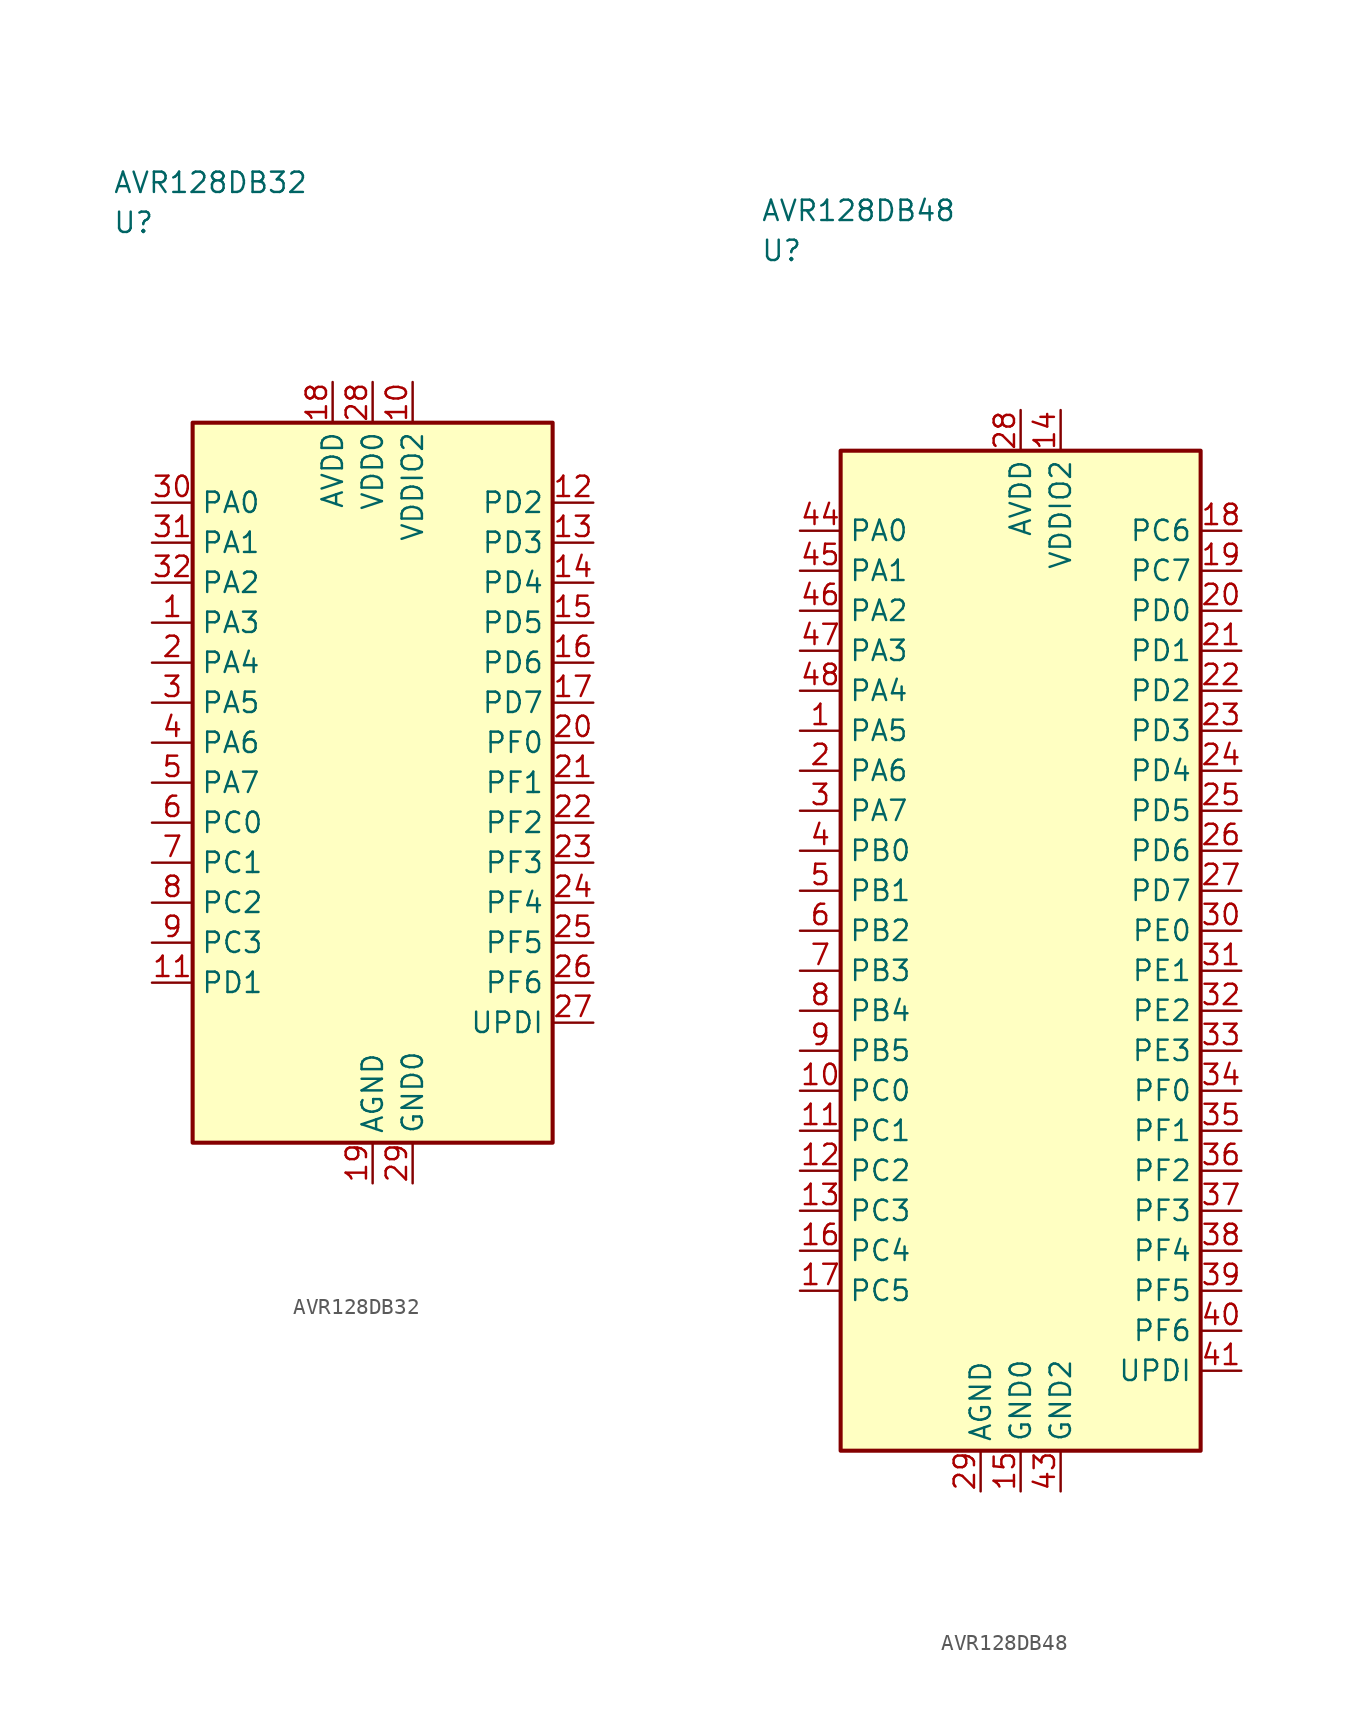
<source format=kicad_sym>
(kicad_symbol_lib
  (version 20241025)
  (generator "kicad_symbol_editor")
  (generator_version "8.0")
  (symbol "AVR128DB32"
    (property "Reference" "U"
      (at -16.25 35.0 0)
      (effects (font (size 1.27 1.27)) (justify left)))
    (property "Value" "AVR128DB32"
      (at -16.25 37.5 0)
      (effects (font (size 1.27 1.27)) (justify left)))
    (symbol "AVR128DB32_0_1"
      (rectangle (start -11.25 22.5) (end 11.25 -22.5) (stroke (width 0.254) (type default)) (fill (type background))))
    (symbol "AVR128DB32_1_1"
      (pin bidirectional line (at -13.79 10.0 0.0) (length 2.54) (name "PA3" (effects (font (size 1.27 1.27)))) (number "1" (effects (font (size 1.27 1.27)))))
      (pin bidirectional line (at -13.79 7.5 0.0) (length 2.54) (name "PA4" (effects (font (size 1.27 1.27)))) (number "2" (effects (font (size 1.27 1.27)))))
      (pin bidirectional line (at -13.79 5.0 0.0) (length 2.54) (name "PA5" (effects (font (size 1.27 1.27)))) (number "3" (effects (font (size 1.27 1.27)))))
      (pin bidirectional line (at -13.79 2.5 0.0) (length 2.54) (name "PA6" (effects (font (size 1.27 1.27)))) (number "4" (effects (font (size 1.27 1.27)))))
      (pin bidirectional line (at -13.79 0.0 0.0) (length 2.54) (name "PA7" (effects (font (size 1.27 1.27)))) (number "5" (effects (font (size 1.27 1.27)))))
      (pin bidirectional line (at -13.79 -2.5 0.0) (length 2.54) (name "PC0" (effects (font (size 1.27 1.27)))) (number "6" (effects (font (size 1.27 1.27)))))
      (pin bidirectional line (at -13.79 -5.0 0.0) (length 2.54) (name "PC1" (effects (font (size 1.27 1.27)))) (number "7" (effects (font (size 1.27 1.27)))))
      (pin bidirectional line (at -13.79 -7.5 0.0) (length 2.54) (name "PC2" (effects (font (size 1.27 1.27)))) (number "8" (effects (font (size 1.27 1.27)))))
      (pin bidirectional line (at -13.79 -10.0 0.0) (length 2.54) (name "PC3" (effects (font (size 1.27 1.27)))) (number "9" (effects (font (size 1.27 1.27)))))
      (pin power_in line (at 2.5 25.04 270.0) (length 2.54) (name "VDDIO2" (effects (font (size 1.27 1.27)))) (number "10" (effects (font (size 1.27 1.27)))))
      (pin bidirectional line (at -13.79 -12.5 0.0) (length 2.54) (name "PD1" (effects (font (size 1.27 1.27)))) (number "11" (effects (font (size 1.27 1.27)))))
      (pin bidirectional line (at 13.79 17.5 180.0) (length 2.54) (name "PD2" (effects (font (size 1.27 1.27)))) (number "12" (effects (font (size 1.27 1.27)))))
      (pin bidirectional line (at 13.79 15.0 180.0) (length 2.54) (name "PD3" (effects (font (size 1.27 1.27)))) (number "13" (effects (font (size 1.27 1.27)))))
      (pin bidirectional line (at 13.79 12.5 180.0) (length 2.54) (name "PD4" (effects (font (size 1.27 1.27)))) (number "14" (effects (font (size 1.27 1.27)))))
      (pin bidirectional line (at 13.79 10.0 180.0) (length 2.54) (name "PD5" (effects (font (size 1.27 1.27)))) (number "15" (effects (font (size 1.27 1.27)))))
      (pin bidirectional line (at 13.79 7.5 180.0) (length 2.54) (name "PD6" (effects (font (size 1.27 1.27)))) (number "16" (effects (font (size 1.27 1.27)))))
      (pin bidirectional line (at 13.79 5.0 180.0) (length 2.54) (name "PD7" (effects (font (size 1.27 1.27)))) (number "17" (effects (font (size 1.27 1.27)))))
      (pin power_in line (at -2.5 25.04 270.0) (length 2.54) (name "AVDD" (effects (font (size 1.27 1.27)))) (number "18" (effects (font (size 1.27 1.27)))))
      (pin passive line (at 0.0 -25.04 90.0) (length 2.54) (name "AGND" (effects (font (size 1.27 1.27)))) (number "19" (effects (font (size 1.27 1.27)))))
      (pin bidirectional line (at 13.79 2.5 180.0) (length 2.54) (name "PF0" (effects (font (size 1.27 1.27)))) (number "20" (effects (font (size 1.27 1.27)))))
      (pin bidirectional line (at 13.79 0.0 180.0) (length 2.54) (name "PF1" (effects (font (size 1.27 1.27)))) (number "21" (effects (font (size 1.27 1.27)))))
      (pin bidirectional line (at 13.79 -2.5 180.0) (length 2.54) (name "PF2" (effects (font (size 1.27 1.27)))) (number "22" (effects (font (size 1.27 1.27)))))
      (pin bidirectional line (at 13.79 -5.0 180.0) (length 2.54) (name "PF3" (effects (font (size 1.27 1.27)))) (number "23" (effects (font (size 1.27 1.27)))))
      (pin bidirectional line (at 13.79 -7.5 180.0) (length 2.54) (name "PF4" (effects (font (size 1.27 1.27)))) (number "24" (effects (font (size 1.27 1.27)))))
      (pin bidirectional line (at 13.79 -10.0 180.0) (length 2.54) (name "PF5" (effects (font (size 1.27 1.27)))) (number "25" (effects (font (size 1.27 1.27)))))
      (pin bidirectional line (at 13.79 -12.5 180.0) (length 2.54) (name "PF6" (effects (font (size 1.27 1.27)))) (number "26" (effects (font (size 1.27 1.27)))))
      (pin bidirectional line (at 13.79 -15.0 180.0) (length 2.54) (name "UPDI" (effects (font (size 1.27 1.27)))) (number "27" (effects (font (size 1.27 1.27)))))
      (pin power_in line (at 0.0 25.04 270.0) (length 2.54) (name "VDD0" (effects (font (size 1.27 1.27)))) (number "28" (effects (font (size 1.27 1.27)))))
      (pin passive line (at 2.5 -25.04 90.0) (length 2.54) (name "GND0" (effects (font (size 1.27 1.27)))) (number "29" (effects (font (size 1.27 1.27)))))
      (pin bidirectional line (at -13.79 17.5 0.0) (length 2.54) (name "PA0" (effects (font (size 1.27 1.27)))) (number "30" (effects (font (size 1.27 1.27)))))
      (pin bidirectional line (at -13.79 15.0 0.0) (length 2.54) (name "PA1" (effects (font (size 1.27 1.27)))) (number "31" (effects (font (size 1.27 1.27)))))
      (pin bidirectional line (at -13.79 12.5 0.0) (length 2.54) (name "PA2" (effects (font (size 1.27 1.27)))) (number "32" (effects (font (size 1.27 1.27)))))))
  (symbol "AVR128DB48"
    (property "Reference" "U"
      (at -16.25 43.75 0)
      (effects (font (size 1.27 1.27)) (justify left)))
    (property "Value" "AVR128DB48"
      (at -16.25 46.25 0)
      (effects (font (size 1.27 1.27)) (justify left)))
    (symbol "AVR128DB48_0_1"
      (rectangle (start -11.25 31.25) (end 11.25 -31.25) (stroke (width 0.254) (type default)) (fill (type background))))
    (symbol "AVR128DB48_1_1"
      (pin bidirectional line (at -13.79 13.75 0.0) (length 2.54) (name "PA5" (effects (font (size 1.27 1.27)))) (number "1" (effects (font (size 1.27 1.27)))))
      (pin bidirectional line (at -13.79 11.25 0.0) (length 2.54) (name "PA6" (effects (font (size 1.27 1.27)))) (number "2" (effects (font (size 1.27 1.27)))))
      (pin bidirectional line (at -13.79 8.75 0.0) (length 2.54) (name "PA7" (effects (font (size 1.27 1.27)))) (number "3" (effects (font (size 1.27 1.27)))))
      (pin bidirectional line (at -13.79 6.25 0.0) (length 2.54) (name "PB0" (effects (font (size 1.27 1.27)))) (number "4" (effects (font (size 1.27 1.27)))))
      (pin bidirectional line (at -13.79 3.75 0.0) (length 2.54) (name "PB1" (effects (font (size 1.27 1.27)))) (number "5" (effects (font (size 1.27 1.27)))))
      (pin bidirectional line (at -13.79 1.25 0.0) (length 2.54) (name "PB2" (effects (font (size 1.27 1.27)))) (number "6" (effects (font (size 1.27 1.27)))))
      (pin bidirectional line (at -13.79 -1.25 0.0) (length 2.54) (name "PB3" (effects (font (size 1.27 1.27)))) (number "7" (effects (font (size 1.27 1.27)))))
      (pin bidirectional line (at -13.79 -3.75 0.0) (length 2.54) (name "PB4" (effects (font (size 1.27 1.27)))) (number "8" (effects (font (size 1.27 1.27)))))
      (pin bidirectional line (at -13.79 -6.25 0.0) (length 2.54) (name "PB5" (effects (font (size 1.27 1.27)))) (number "9" (effects (font (size 1.27 1.27)))))
      (pin bidirectional line (at -13.79 -8.75 0.0) (length 2.54) (name "PC0" (effects (font (size 1.27 1.27)))) (number "10" (effects (font (size 1.27 1.27)))))
      (pin bidirectional line (at -13.79 -11.25 0.0) (length 2.54) (name "PC1" (effects (font (size 1.27 1.27)))) (number "11" (effects (font (size 1.27 1.27)))))
      (pin bidirectional line (at -13.79 -13.75 0.0) (length 2.54) (name "PC2" (effects (font (size 1.27 1.27)))) (number "12" (effects (font (size 1.27 1.27)))))
      (pin bidirectional line (at -13.79 -16.25 0.0) (length 2.54) (name "PC3" (effects (font (size 1.27 1.27)))) (number "13" (effects (font (size 1.27 1.27)))))
      (pin power_in line (at 2.5 33.79 270.0) (length 2.54) (name "VDDIO2" (effects (font (size 1.27 1.27)))) (number "14" (effects (font (size 1.27 1.27)))))
      (pin passive line (at 0.0 -33.79 90.0) (length 2.54) (name "GND0" (effects (font (size 1.27 1.27)))) (number "15" (effects (font (size 1.27 1.27)))))
      (pin bidirectional line (at -13.79 -18.75 0.0) (length 2.54) (name "PC4" (effects (font (size 1.27 1.27)))) (number "16" (effects (font (size 1.27 1.27)))))
      (pin bidirectional line (at -13.79 -21.25 0.0) (length 2.54) (name "PC5" (effects (font (size 1.27 1.27)))) (number "17" (effects (font (size 1.27 1.27)))))
      (pin bidirectional line (at 13.79 26.25 180.0) (length 2.54) (name "PC6" (effects (font (size 1.27 1.27)))) (number "18" (effects (font (size 1.27 1.27)))))
      (pin bidirectional line (at 13.79 23.75 180.0) (length 2.54) (name "PC7" (effects (font (size 1.27 1.27)))) (number "19" (effects (font (size 1.27 1.27)))))
      (pin bidirectional line (at 13.79 21.25 180.0) (length 2.54) (name "PD0" (effects (font (size 1.27 1.27)))) (number "20" (effects (font (size 1.27 1.27)))))
      (pin bidirectional line (at 13.79 18.75 180.0) (length 2.54) (name "PD1" (effects (font (size 1.27 1.27)))) (number "21" (effects (font (size 1.27 1.27)))))
      (pin bidirectional line (at 13.79 16.25 180.0) (length 2.54) (name "PD2" (effects (font (size 1.27 1.27)))) (number "22" (effects (font (size 1.27 1.27)))))
      (pin bidirectional line (at 13.79 13.75 180.0) (length 2.54) (name "PD3" (effects (font (size 1.27 1.27)))) (number "23" (effects (font (size 1.27 1.27)))))
      (pin bidirectional line (at 13.79 11.25 180.0) (length 2.54) (name "PD4" (effects (font (size 1.27 1.27)))) (number "24" (effects (font (size 1.27 1.27)))))
      (pin bidirectional line (at 13.79 8.75 180.0) (length 2.54) (name "PD5" (effects (font (size 1.27 1.27)))) (number "25" (effects (font (size 1.27 1.27)))))
      (pin bidirectional line (at 13.79 6.25 180.0) (length 2.54) (name "PD6" (effects (font (size 1.27 1.27)))) (number "26" (effects (font (size 1.27 1.27)))))
      (pin bidirectional line (at 13.79 3.75 180.0) (length 2.54) (name "PD7" (effects (font (size 1.27 1.27)))) (number "27" (effects (font (size 1.27 1.27)))))
      (pin power_in line (at 0.0 33.79 270.0) (length 2.54) (name "AVDD" (effects (font (size 1.27 1.27)))) (number "28" (effects (font (size 1.27 1.27)))))
      (pin passive line (at -2.5 -33.79 90.0) (length 2.54) (name "AGND" (effects (font (size 1.27 1.27)))) (number "29" (effects (font (size 1.27 1.27)))))
      (pin bidirectional line (at 13.79 1.25 180.0) (length 2.54) (name "PE0" (effects (font (size 1.27 1.27)))) (number "30" (effects (font (size 1.27 1.27)))))
      (pin bidirectional line (at 13.79 -1.25 180.0) (length 2.54) (name "PE1" (effects (font (size 1.27 1.27)))) (number "31" (effects (font (size 1.27 1.27)))))
      (pin bidirectional line (at 13.79 -3.75 180.0) (length 2.54) (name "PE2" (effects (font (size 1.27 1.27)))) (number "32" (effects (font (size 1.27 1.27)))))
      (pin bidirectional line (at 13.79 -6.25 180.0) (length 2.54) (name "PE3" (effects (font (size 1.27 1.27)))) (number "33" (effects (font (size 1.27 1.27)))))
      (pin bidirectional line (at 13.79 -8.75 180.0) (length 2.54) (name "PF0" (effects (font (size 1.27 1.27)))) (number "34" (effects (font (size 1.27 1.27)))))
      (pin bidirectional line (at 13.79 -11.25 180.0) (length 2.54) (name "PF1" (effects (font (size 1.27 1.27)))) (number "35" (effects (font (size 1.27 1.27)))))
      (pin bidirectional line (at 13.79 -13.75 180.0) (length 2.54) (name "PF2" (effects (font (size 1.27 1.27)))) (number "36" (effects (font (size 1.27 1.27)))))
      (pin bidirectional line (at 13.79 -16.25 180.0) (length 2.54) (name "PF3" (effects (font (size 1.27 1.27)))) (number "37" (effects (font (size 1.27 1.27)))))
      (pin bidirectional line (at 13.79 -18.75 180.0) (length 2.54) (name "PF4" (effects (font (size 1.27 1.27)))) (number "38" (effects (font (size 1.27 1.27)))))
      (pin bidirectional line (at 13.79 -21.25 180.0) (length 2.54) (name "PF5" (effects (font (size 1.27 1.27)))) (number "39" (effects (font (size 1.27 1.27)))))
      (pin bidirectional line (at 13.79 -23.75 180.0) (length 2.54) (name "PF6" (effects (font (size 1.27 1.27)))) (number "40" (effects (font (size 1.27 1.27)))))
      (pin bidirectional line (at 13.79 -26.25 180.0) (length 2.54) (name "UPDI" (effects (font (size 1.27 1.27)))) (number "41" (effects (font (size 1.27 1.27)))))
      (pin passive line (at 2.5 -33.79 90.0) (length 2.54) (name "GND2" (effects (font (size 1.27 1.27)))) (number "43" (effects (font (size 1.27 1.27)))))
      (pin bidirectional line (at -13.79 26.25 0.0) (length 2.54) (name "PA0" (effects (font (size 1.27 1.27)))) (number "44" (effects (font (size 1.27 1.27)))))
      (pin bidirectional line (at -13.79 23.75 0.0) (length 2.54) (name "PA1" (effects (font (size 1.27 1.27)))) (number "45" (effects (font (size 1.27 1.27)))))
      (pin bidirectional line (at -13.79 21.25 0.0) (length 2.54) (name "PA2" (effects (font (size 1.27 1.27)))) (number "46" (effects (font (size 1.27 1.27)))))
      (pin bidirectional line (at -13.79 18.75 0.0) (length 2.54) (name "PA3" (effects (font (size 1.27 1.27)))) (number "47" (effects (font (size 1.27 1.27)))))
      (pin bidirectional line (at -13.79 16.25 0.0) (length 2.54) (name "PA4" (effects (font (size 1.27 1.27)))) (number "48" (effects (font (size 1.27 1.27))))))))
</source>
